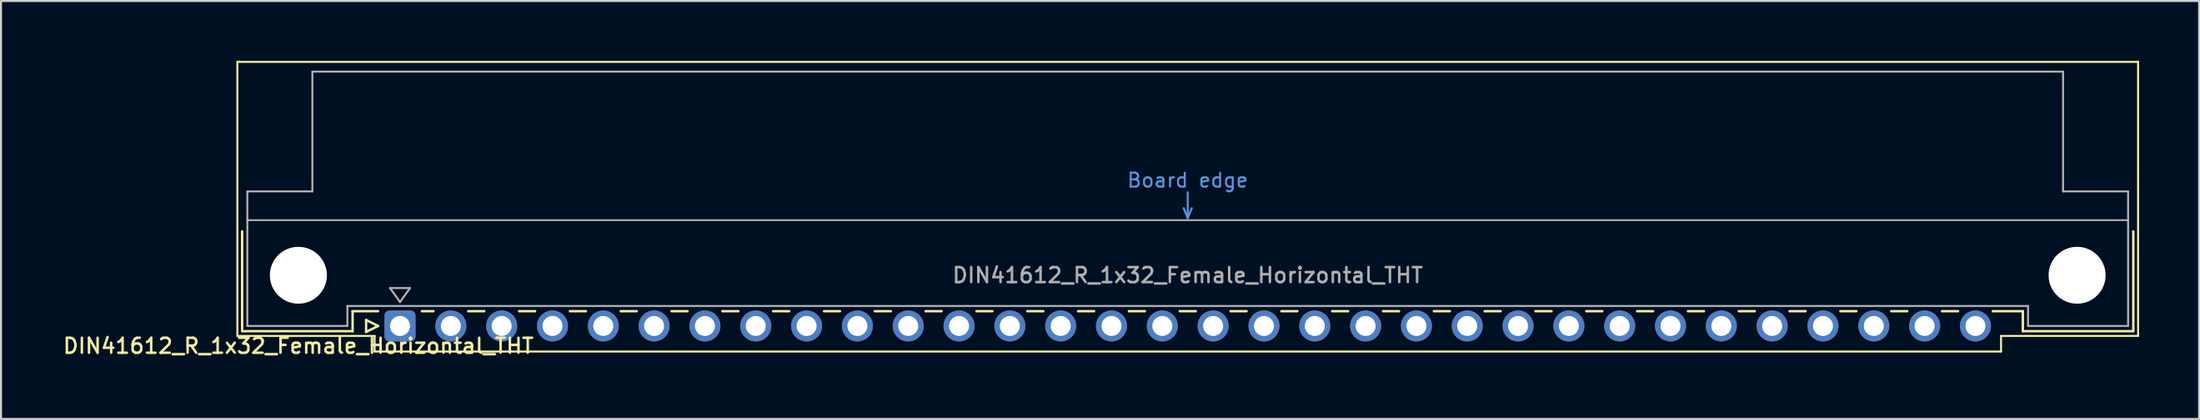
<source format=kicad_pcb>
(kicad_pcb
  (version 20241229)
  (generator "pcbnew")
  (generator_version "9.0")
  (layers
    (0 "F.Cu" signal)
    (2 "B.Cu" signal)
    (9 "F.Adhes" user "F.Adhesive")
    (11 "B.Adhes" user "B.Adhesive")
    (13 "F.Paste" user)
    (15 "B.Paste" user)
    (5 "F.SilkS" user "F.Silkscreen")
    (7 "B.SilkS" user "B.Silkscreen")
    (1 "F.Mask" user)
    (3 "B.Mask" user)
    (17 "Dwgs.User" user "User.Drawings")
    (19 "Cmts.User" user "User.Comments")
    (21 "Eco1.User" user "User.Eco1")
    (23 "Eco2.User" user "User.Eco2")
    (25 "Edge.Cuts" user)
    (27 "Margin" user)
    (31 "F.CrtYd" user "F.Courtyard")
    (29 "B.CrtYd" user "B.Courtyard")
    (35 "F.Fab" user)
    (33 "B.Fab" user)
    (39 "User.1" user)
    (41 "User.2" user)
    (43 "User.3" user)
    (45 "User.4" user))
  (footprint "DIN41612_R_1x32_Female_Horizontal_THT"
    (layer "F.Cu")
    (at 16.943 13.28)
    (property "Reference" "DIN41612_R_1x32_Female_Horizontal_THT" (at -5.08 1 0) (layer "F.SilkS") (effects (font (size 0.75 0.75) (thickness 0.125))))
    (attr through_hole)
    (fp_line (start -8.13 -13.23) (end -8.13 0.5) (stroke (width 0.1) (type solid)) (layer "F.SilkS"))
    (fp_line (start -8.13 0.5) (end -1.27 0.5) (stroke (width 0.1) (type solid)) (layer "F.SilkS"))
    (fp_line (start -7.89 -4.74) (end -7.89 0.26) (stroke (width 0.12) (type solid)) (layer "F.SilkS"))
    (fp_line (start -7.89 0.26) (end -2.37 0.26) (stroke (width 0.12) (type solid)) (layer "F.SilkS"))
    (fp_line (start -2.371 -0.74) (end -1.095 -0.74) (stroke (width 0.12) (type solid)) (layer "F.SilkS"))
    (fp_line (start -2.37 0.26) (end -2.37 -0.74) (stroke (width 0.12) (type solid)) (layer "F.SilkS"))
    (fp_line (start -1.695 -0.3) (end -1.695 0.3) (stroke (width 0.12) (type solid)) (layer "F.SilkS"))
    (fp_line (start -1.695 0.3) (end -1.095 0) (stroke (width 0.12) (type solid)) (layer "F.SilkS"))
    (fp_line (start -1.27 0.5) (end -1.27 1.28) (stroke (width 0.1) (type solid)) (layer "F.SilkS"))
    (fp_line (start -1.27 1.28) (end 80.02 1.28) (stroke (width 0.1) (type solid)) (layer "F.SilkS"))
    (fp_line (start -1.095 0) (end -1.695 -0.3) (stroke (width 0.12) (type solid)) (layer "F.SilkS"))
    (fp_line (start 1.095 -0.74) (end 1.671 -0.74) (stroke (width 0.12) (type solid)) (layer "F.SilkS"))
    (fp_line (start 3.41 -0.74) (end 4.211 -0.74) (stroke (width 0.12) (type solid)) (layer "F.SilkS"))
    (fp_line (start 5.95 -0.74) (end 6.751 -0.74) (stroke (width 0.12) (type solid)) (layer "F.SilkS"))
    (fp_line (start 8.49 -0.74) (end 9.291 -0.74) (stroke (width 0.12) (type solid)) (layer "F.SilkS"))
    (fp_line (start 11.03 -0.74) (end 11.831 -0.74) (stroke (width 0.12) (type solid)) (layer "F.SilkS"))
    (fp_line (start 13.57 -0.74) (end 14.371 -0.74) (stroke (width 0.12) (type solid)) (layer "F.SilkS"))
    (fp_line (start 16.11 -0.74) (end 16.911 -0.74) (stroke (width 0.12) (type solid)) (layer "F.SilkS"))
    (fp_line (start 18.65 -0.74) (end 19.451 -0.74) (stroke (width 0.12) (type solid)) (layer "F.SilkS"))
    (fp_line (start 21.19 -0.74) (end 21.991 -0.74) (stroke (width 0.12) (type solid)) (layer "F.SilkS"))
    (fp_line (start 23.73 -0.74) (end 24.531 -0.74) (stroke (width 0.12) (type solid)) (layer "F.SilkS"))
    (fp_line (start 26.27 -0.74) (end 27.071 -0.74) (stroke (width 0.12) (type solid)) (layer "F.SilkS"))
    (fp_line (start 28.81 -0.74) (end 29.611 -0.74) (stroke (width 0.12) (type solid)) (layer "F.SilkS"))
    (fp_line (start 31.35 -0.74) (end 32.151 -0.74) (stroke (width 0.12) (type solid)) (layer "F.SilkS"))
    (fp_line (start 33.89 -0.74) (end 34.691 -0.74) (stroke (width 0.12) (type solid)) (layer "F.SilkS"))
    (fp_line (start 36.43 -0.74) (end 37.231 -0.74) (stroke (width 0.12) (type solid)) (layer "F.SilkS"))
    (fp_line (start 38.97 -0.74) (end 39.771 -0.74) (stroke (width 0.12) (type solid)) (layer "F.SilkS"))
    (fp_line (start 41.51 -0.74) (end 42.311 -0.74) (stroke (width 0.12) (type solid)) (layer "F.SilkS"))
    (fp_line (start 44.05 -0.74) (end 44.851 -0.74) (stroke (width 0.12) (type solid)) (layer "F.SilkS"))
    (fp_line (start 46.59 -0.74) (end 47.391 -0.74) (stroke (width 0.12) (type solid)) (layer "F.SilkS"))
    (fp_line (start 49.13 -0.74) (end 49.931 -0.74) (stroke (width 0.12) (type solid)) (layer "F.SilkS"))
    (fp_line (start 51.67 -0.74) (end 52.471 -0.74) (stroke (width 0.12) (type solid)) (layer "F.SilkS"))
    (fp_line (start 54.21 -0.74) (end 55.011 -0.74) (stroke (width 0.12) (type solid)) (layer "F.SilkS"))
    (fp_line (start 56.75 -0.74) (end 57.551 -0.74) (stroke (width 0.12) (type solid)) (layer "F.SilkS"))
    (fp_line (start 59.29 -0.74) (end 60.091 -0.74) (stroke (width 0.12) (type solid)) (layer "F.SilkS"))
    (fp_line (start 61.83 -0.74) (end 62.631 -0.74) (stroke (width 0.12) (type solid)) (layer "F.SilkS"))
    (fp_line (start 64.37 -0.74) (end 65.171 -0.74) (stroke (width 0.12) (type solid)) (layer "F.SilkS"))
    (fp_line (start 66.91 -0.74) (end 67.711 -0.74) (stroke (width 0.12) (type solid)) (layer "F.SilkS"))
    (fp_line (start 69.45 -0.74) (end 70.251 -0.74) (stroke (width 0.12) (type solid)) (layer "F.SilkS"))
    (fp_line (start 71.99 -0.74) (end 72.791 -0.74) (stroke (width 0.12) (type solid)) (layer "F.SilkS"))
    (fp_line (start 74.53 -0.74) (end 75.331 -0.74) (stroke (width 0.12) (type solid)) (layer "F.SilkS"))
    (fp_line (start 77.07 -0.74) (end 77.871 -0.74) (stroke (width 0.12) (type solid)) (layer "F.SilkS"))
    (fp_line (start 79.61 -0.74) (end 81.11 -0.74) (stroke (width 0.12) (type solid)) (layer "F.SilkS"))
    (fp_line (start 80.02 0.5) (end 86.87 0.5) (stroke (width 0.1) (type solid)) (layer "F.SilkS"))
    (fp_line (start 80.02 1.28) (end 80.02 0.5) (stroke (width 0.1) (type solid)) (layer "F.SilkS"))
    (fp_line (start 81.11 0.26) (end 81.11 -0.74) (stroke (width 0.12) (type solid)) (layer "F.SilkS"))
    (fp_line (start 86.63 -4.74) (end 86.63 0.26) (stroke (width 0.12) (type solid)) (layer "F.SilkS"))
    (fp_line (start 86.63 0.26) (end 81.11 0.26) (stroke (width 0.12) (type solid)) (layer "F.SilkS"))
    (fp_line (start 86.87 -13.23) (end -8.13 -13.23) (stroke (width 0.1) (type solid)) (layer "F.SilkS"))
    (fp_line (start 86.87 0.5) (end 86.87 -13.23) (stroke (width 0.1) (type solid)) (layer "F.SilkS"))
    (fp_line (start -7.63 -5.3) (end 86.37 -5.3) (stroke (width 0.08) (type solid)) (layer "Dwgs.User"))
    (fp_line (start 39.17 -5.9) (end 39.37 -5.4) (stroke (width 0.1) (type solid)) (layer "Cmts.User"))
    (fp_line (start 39.37 -5.4) (end 39.37 -6.7) (stroke (width 0.1) (type solid)) (layer "Cmts.User"))
    (fp_line (start 39.37 -5.4) (end 39.57 -5.9) (stroke (width 0.1) (type solid)) (layer "Cmts.User"))
    (fp_line (start -7.63 -6.74) (end -7.63 0) (stroke (width 0.1) (type solid)) (layer "F.Fab"))
    (fp_line (start -7.63 0) (end -2.63 0) (stroke (width 0.1) (type solid)) (layer "F.Fab"))
    (fp_line (start -4.38 -12.74) (end -4.38 -6.74) (stroke (width 0.1) (type solid)) (layer "F.Fab"))
    (fp_line (start -4.38 -6.74) (end -7.63 -6.74) (stroke (width 0.1) (type solid)) (layer "F.Fab"))
    (fp_line (start -2.63 -1) (end 81.37 -1) (stroke (width 0.1) (type solid)) (layer "F.Fab"))
    (fp_line (start -2.63 0) (end -2.63 -1) (stroke (width 0.1) (type solid)) (layer "F.Fab"))
    (fp_line (start -0.5 -1.9) (end 0.5 -1.9) (stroke (width 0.1) (type solid)) (layer "F.Fab"))
    (fp_line (start 0 -1.2) (end -0.5 -1.9) (stroke (width 0.1) (type solid)) (layer "F.Fab"))
    (fp_line (start 0.5 -1.9) (end 0 -1.2) (stroke (width 0.1) (type solid)) (layer "F.Fab"))
    (fp_line (start 81.37 -1) (end 81.37 0) (stroke (width 0.1) (type solid)) (layer "F.Fab"))
    (fp_line (start 81.37 0) (end 86.37 0) (stroke (width 0.1) (type solid)) (layer "F.Fab"))
    (fp_line (start 83.12 -12.74) (end -4.38 -12.74) (stroke (width 0.1) (type solid)) (layer "F.Fab"))
    (fp_line (start 83.12 -6.74) (end 83.12 -12.74) (stroke (width 0.1) (type solid)) (layer "F.Fab"))
    (fp_line (start 86.37 -6.74) (end 83.12 -6.74) (stroke (width 0.1) (type solid)) (layer "F.Fab"))
    (fp_line (start 86.37 0) (end 86.37 -6.74) (stroke (width 0.1) (type solid)) (layer "F.Fab"))
    (fp_text user "Board edge" (at 39.37 -7.3 0) (layer "Cmts.User") (effects (font (size 0.7 0.7) (thickness 0.1))))
    (fp_text user "${REFERENCE}" (at 39.37 -2.54 0) (layer "F.Fab") (effects (font (size 0.75 0.75) (thickness 0.125))))
    (pad "" np_thru_hole circle (at -5.08 -2.54) (size 2.85 2.85) (drill 2.85) (layers "*.Cu" "*.Mask"))
    (pad "" np_thru_hole circle (at 83.82 -2.54) (size 2.85 2.85) (drill 2.85) (layers "*.Cu" "*.Mask"))
    (pad "a1" thru_hole roundrect (at 0 0) (size 1.55 1.55) (drill 1) (layers "*.Cu" "*.Mask") (roundrect_rratio 0.161))
    (pad "a2" thru_hole circle (at 2.54 0) (size 1.55 1.55) (drill 1) (layers "*.Cu" "*.Mask"))
    (pad "a3" thru_hole circle (at 5.08 0) (size 1.55 1.55) (drill 1) (layers "*.Cu" "*.Mask"))
    (pad "a4" thru_hole circle (at 7.62 0) (size 1.55 1.55) (drill 1) (layers "*.Cu" "*.Mask"))
    (pad "a5" thru_hole circle (at 10.16 0) (size 1.55 1.55) (drill 1) (layers "*.Cu" "*.Mask"))
    (pad "a6" thru_hole circle (at 12.7 0) (size 1.55 1.55) (drill 1) (layers "*.Cu" "*.Mask"))
    (pad "a7" thru_hole circle (at 15.24 0) (size 1.55 1.55) (drill 1) (layers "*.Cu" "*.Mask"))
    (pad "a8" thru_hole circle (at 17.78 0) (size 1.55 1.55) (drill 1) (layers "*.Cu" "*.Mask"))
    (pad "a9" thru_hole circle (at 20.32 0) (size 1.55 1.55) (drill 1) (layers "*.Cu" "*.Mask"))
    (pad "a10" thru_hole circle (at 22.86 0) (size 1.55 1.55) (drill 1) (layers "*.Cu" "*.Mask"))
    (pad "a11" thru_hole circle (at 25.4 0) (size 1.55 1.55) (drill 1) (layers "*.Cu" "*.Mask"))
    (pad "a12" thru_hole circle (at 27.94 0) (size 1.55 1.55) (drill 1) (layers "*.Cu" "*.Mask"))
    (pad "a13" thru_hole circle (at 30.48 0) (size 1.55 1.55) (drill 1) (layers "*.Cu" "*.Mask"))
    (pad "a14" thru_hole circle (at 33.02 0) (size 1.55 1.55) (drill 1) (layers "*.Cu" "*.Mask"))
    (pad "a15" thru_hole circle (at 35.56 0) (size 1.55 1.55) (drill 1) (layers "*.Cu" "*.Mask"))
    (pad "a16" thru_hole circle (at 38.1 0) (size 1.55 1.55) (drill 1) (layers "*.Cu" "*.Mask"))
    (pad "a17" thru_hole circle (at 40.64 0) (size 1.55 1.55) (drill 1) (layers "*.Cu" "*.Mask"))
    (pad "a18" thru_hole circle (at 43.18 0) (size 1.55 1.55) (drill 1) (layers "*.Cu" "*.Mask"))
    (pad "a19" thru_hole circle (at 45.72 0) (size 1.55 1.55) (drill 1) (layers "*.Cu" "*.Mask"))
    (pad "a20" thru_hole circle (at 48.26 0) (size 1.55 1.55) (drill 1) (layers "*.Cu" "*.Mask"))
    (pad "a21" thru_hole circle (at 50.8 0) (size 1.55 1.55) (drill 1) (layers "*.Cu" "*.Mask"))
    (pad "a22" thru_hole circle (at 53.34 0) (size 1.55 1.55) (drill 1) (layers "*.Cu" "*.Mask"))
    (pad "a23" thru_hole circle (at 55.88 0) (size 1.55 1.55) (drill 1) (layers "*.Cu" "*.Mask"))
    (pad "a24" thru_hole circle (at 58.42 0) (size 1.55 1.55) (drill 1) (layers "*.Cu" "*.Mask"))
    (pad "a25" thru_hole circle (at 60.96 0) (size 1.55 1.55) (drill 1) (layers "*.Cu" "*.Mask"))
    (pad "a26" thru_hole circle (at 63.5 0) (size 1.55 1.55) (drill 1) (layers "*.Cu" "*.Mask"))
    (pad "a27" thru_hole circle (at 66.04 0) (size 1.55 1.55) (drill 1) (layers "*.Cu" "*.Mask"))
    (pad "a28" thru_hole circle (at 68.58 0) (size 1.55 1.55) (drill 1) (layers "*.Cu" "*.Mask"))
    (pad "a29" thru_hole circle (at 71.12 0) (size 1.55 1.55) (drill 1) (layers "*.Cu" "*.Mask"))
    (pad "a30" thru_hole circle (at 73.66 0) (size 1.55 1.55) (drill 1) (layers "*.Cu" "*.Mask"))
    (pad "a31" thru_hole circle (at 76.2 0) (size 1.55 1.55) (drill 1) (layers "*.Cu" "*.Mask"))
    (pad "a32" thru_hole circle (at 78.74 0) (size 1.55 1.55) (drill 1) (layers "*.Cu" "*.Mask")))
  (gr_rect
    (start -3 -3)
    (end 106.863 17.938)
    (stroke (width 0.1) (type default))
    (fill no)
    (layer "Edge.Cuts")))
</source>
